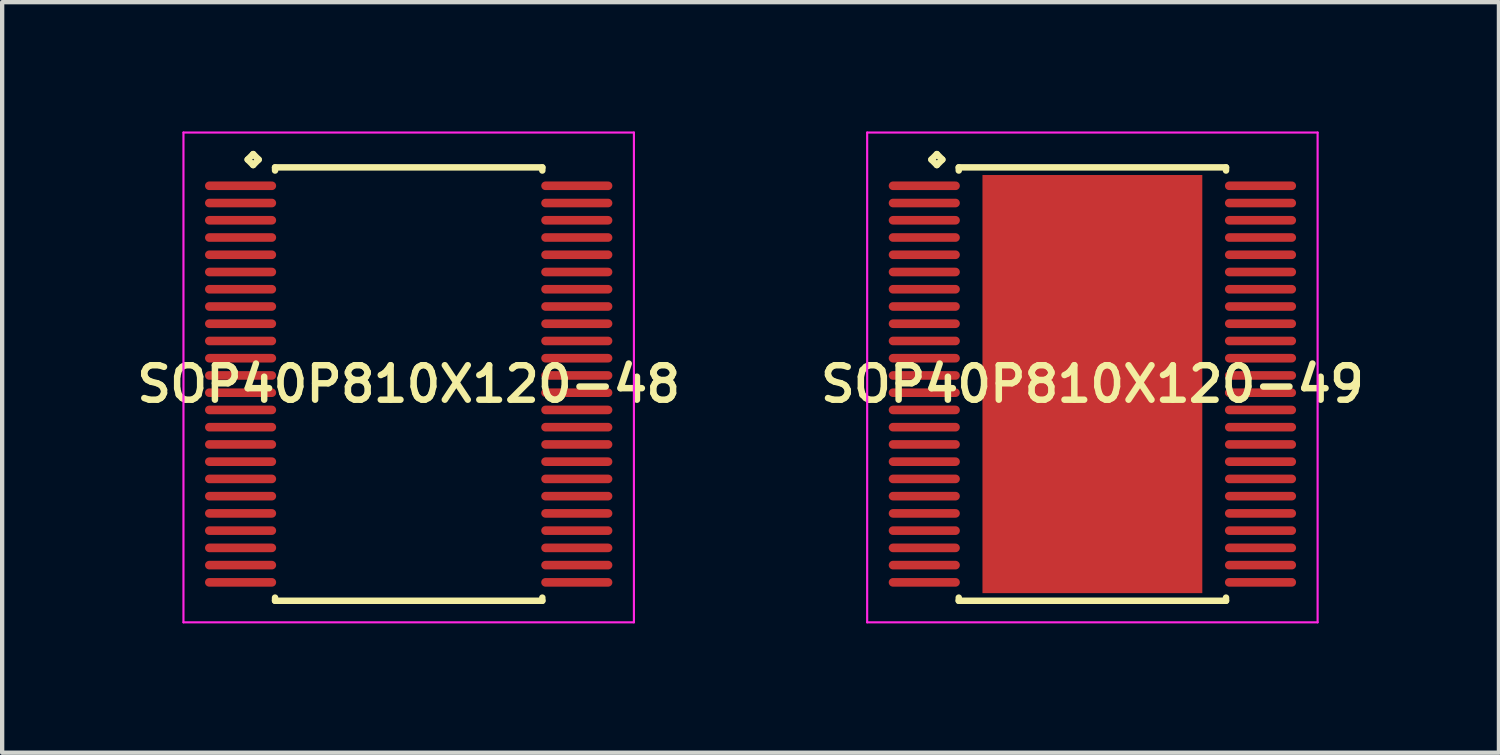
<source format=kicad_pcb>
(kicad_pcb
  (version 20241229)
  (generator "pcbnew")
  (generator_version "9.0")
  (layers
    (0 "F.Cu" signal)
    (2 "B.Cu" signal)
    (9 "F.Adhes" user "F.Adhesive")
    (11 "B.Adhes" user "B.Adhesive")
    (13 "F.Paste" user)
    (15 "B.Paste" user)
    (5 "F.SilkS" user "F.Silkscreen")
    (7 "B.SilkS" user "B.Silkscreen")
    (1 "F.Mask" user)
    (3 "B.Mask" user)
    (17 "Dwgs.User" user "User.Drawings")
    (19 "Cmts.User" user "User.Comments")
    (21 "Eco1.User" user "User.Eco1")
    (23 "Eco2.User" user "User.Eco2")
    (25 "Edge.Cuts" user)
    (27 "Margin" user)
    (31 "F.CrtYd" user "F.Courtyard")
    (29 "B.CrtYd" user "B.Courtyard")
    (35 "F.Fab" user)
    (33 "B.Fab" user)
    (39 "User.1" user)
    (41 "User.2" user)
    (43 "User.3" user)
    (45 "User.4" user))
  (footprint "SOP40P810X120-49"
    (layer "F.Cu")
    (at 22.292 5.86)
    (property "Reference" "SOP40P810X120-49" (at 0 0 0) (layer "F.SilkS") (effects (font (size 0.8 0.8) (thickness 0.15))))
    (attr smd)
    (fp_line (start -3.735 -5.208) (end -3.608 -5.335) (stroke (width 0.15) (type solid)) (layer "F.SilkS"))
    (fp_line (start -3.608 -5.335) (end -3.481 -5.208) (stroke (width 0.15) (type solid)) (layer "F.SilkS"))
    (fp_line (start -3.608 -5.081) (end -3.735 -5.208) (stroke (width 0.15) (type solid)) (layer "F.SilkS"))
    (fp_line (start -3.481 -5.208) (end -3.608 -5.081) (stroke (width 0.15) (type solid)) (layer "F.SilkS"))
    (fp_line (start -3.1 -5.027) (end 3.1 -5.027) (stroke (width 0.15) (type solid)) (layer "F.SilkS"))
    (fp_line (start -3.1 -4.954) (end -3.1 -5.027) (stroke (width 0.15) (type solid)) (layer "F.SilkS"))
    (fp_line (start -3.1 4.954) (end -3.1 5.027) (stroke (width 0.15) (type solid)) (layer "F.SilkS"))
    (fp_line (start -3.1 5.027) (end 3.1 5.027) (stroke (width 0.15) (type solid)) (layer "F.SilkS"))
    (fp_line (start 3.1 -5.027) (end 3.1 -4.954) (stroke (width 0.15) (type solid)) (layer "F.SilkS"))
    (fp_line (start 3.1 5.027) (end 3.1 4.954) (stroke (width 0.15) (type solid)) (layer "F.SilkS"))
    (fp_line (start -5.225 -5.835) (end 5.225 -5.835) (stroke (width 0.05) (type solid)) (layer "F.CrtYd"))
    (fp_line (start -5.225 5.527) (end -5.225 -5.835) (stroke (width 0.05) (type solid)) (layer "F.CrtYd"))
    (fp_line (start 5.225 -5.835) (end 5.225 5.527) (stroke (width 0.05) (type solid)) (layer "F.CrtYd"))
    (fp_line (start 5.225 5.527) (end -5.225 5.527) (stroke (width 0.05) (type solid)) (layer "F.CrtYd"))
    (pad "1" smd oval (at -3.9 -4.6) (size 1.65 0.2) (layers "F.Cu" "F.Mask" "F.Paste"))
    (pad "2" smd oval (at -3.9 -4.2) (size 1.65 0.2) (layers "F.Cu" "F.Mask" "F.Paste"))
    (pad "3" smd oval (at -3.9 -3.8) (size 1.65 0.2) (layers "F.Cu" "F.Mask" "F.Paste"))
    (pad "4" smd oval (at -3.9 -3.4) (size 1.65 0.2) (layers "F.Cu" "F.Mask" "F.Paste"))
    (pad "5" smd oval (at -3.9 -3) (size 1.65 0.2) (layers "F.Cu" "F.Mask" "F.Paste"))
    (pad "6" smd oval (at -3.9 -2.6) (size 1.65 0.2) (layers "F.Cu" "F.Mask" "F.Paste"))
    (pad "7" smd oval (at -3.9 -2.2) (size 1.65 0.2) (layers "F.Cu" "F.Mask" "F.Paste"))
    (pad "8" smd oval (at -3.9 -1.8) (size 1.65 0.2) (layers "F.Cu" "F.Mask" "F.Paste"))
    (pad "9" smd oval (at -3.9 -1.4) (size 1.65 0.2) (layers "F.Cu" "F.Mask" "F.Paste"))
    (pad "10" smd oval (at -3.9 -1) (size 1.65 0.2) (layers "F.Cu" "F.Mask" "F.Paste"))
    (pad "11" smd oval (at -3.9 -0.6) (size 1.65 0.2) (layers "F.Cu" "F.Mask" "F.Paste"))
    (pad "12" smd oval (at -3.9 -0.2) (size 1.65 0.2) (layers "F.Cu" "F.Mask" "F.Paste"))
    (pad "13" smd oval (at -3.9 0.2) (size 1.65 0.2) (layers "F.Cu" "F.Mask" "F.Paste"))
    (pad "14" smd oval (at -3.9 0.6) (size 1.65 0.2) (layers "F.Cu" "F.Mask" "F.Paste"))
    (pad "15" smd oval (at -3.9 1) (size 1.65 0.2) (layers "F.Cu" "F.Mask" "F.Paste"))
    (pad "16" smd oval (at -3.9 1.4) (size 1.65 0.2) (layers "F.Cu" "F.Mask" "F.Paste"))
    (pad "17" smd oval (at -3.9 1.8) (size 1.65 0.2) (layers "F.Cu" "F.Mask" "F.Paste"))
    (pad "18" smd oval (at -3.9 2.2) (size 1.65 0.2) (layers "F.Cu" "F.Mask" "F.Paste"))
    (pad "19" smd oval (at -3.9 2.6) (size 1.65 0.2) (layers "F.Cu" "F.Mask" "F.Paste"))
    (pad "20" smd oval (at -3.9 3) (size 1.65 0.2) (layers "F.Cu" "F.Mask" "F.Paste"))
    (pad "21" smd oval (at -3.9 3.4) (size 1.65 0.2) (layers "F.Cu" "F.Mask" "F.Paste"))
    (pad "22" smd oval (at -3.9 3.8) (size 1.65 0.2) (layers "F.Cu" "F.Mask" "F.Paste"))
    (pad "23" smd oval (at -3.9 4.2) (size 1.65 0.2) (layers "F.Cu" "F.Mask" "F.Paste"))
    (pad "24" smd oval (at -3.9 4.6) (size 1.65 0.2) (layers "F.Cu" "F.Mask" "F.Paste"))
    (pad "25" smd oval (at 3.9 4.6) (size 1.65 0.2) (layers "F.Cu" "F.Mask" "F.Paste"))
    (pad "26" smd oval (at 3.9 4.2) (size 1.65 0.2) (layers "F.Cu" "F.Mask" "F.Paste"))
    (pad "27" smd oval (at 3.9 3.8) (size 1.65 0.2) (layers "F.Cu" "F.Mask" "F.Paste"))
    (pad "28" smd oval (at 3.9 3.4) (size 1.65 0.2) (layers "F.Cu" "F.Mask" "F.Paste"))
    (pad "29" smd oval (at 3.9 3) (size 1.65 0.2) (layers "F.Cu" "F.Mask" "F.Paste"))
    (pad "30" smd oval (at 3.9 2.6) (size 1.65 0.2) (layers "F.Cu" "F.Mask" "F.Paste"))
    (pad "31" smd oval (at 3.9 2.2) (size 1.65 0.2) (layers "F.Cu" "F.Mask" "F.Paste"))
    (pad "32" smd oval (at 3.9 1.8) (size 1.65 0.2) (layers "F.Cu" "F.Mask" "F.Paste"))
    (pad "33" smd oval (at 3.9 1.4) (size 1.65 0.2) (layers "F.Cu" "F.Mask" "F.Paste"))
    (pad "34" smd oval (at 3.9 1) (size 1.65 0.2) (layers "F.Cu" "F.Mask" "F.Paste"))
    (pad "35" smd oval (at 3.9 0.6) (size 1.65 0.2) (layers "F.Cu" "F.Mask" "F.Paste"))
    (pad "36" smd oval (at 3.9 0.2) (size 1.65 0.2) (layers "F.Cu" "F.Mask" "F.Paste"))
    (pad "37" smd oval (at 3.9 -0.2) (size 1.65 0.2) (layers "F.Cu" "F.Mask" "F.Paste"))
    (pad "38" smd oval (at 3.9 -0.6) (size 1.65 0.2) (layers "F.Cu" "F.Mask" "F.Paste"))
    (pad "39" smd oval (at 3.9 -1) (size 1.65 0.2) (layers "F.Cu" "F.Mask" "F.Paste"))
    (pad "40" smd oval (at 3.9 -1.4) (size 1.65 0.2) (layers "F.Cu" "F.Mask" "F.Paste"))
    (pad "41" smd oval (at 3.9 -1.8) (size 1.65 0.2) (layers "F.Cu" "F.Mask" "F.Paste"))
    (pad "42" smd oval (at 3.9 -2.2) (size 1.65 0.2) (layers "F.Cu" "F.Mask" "F.Paste"))
    (pad "43" smd oval (at 3.9 -2.6) (size 1.65 0.2) (layers "F.Cu" "F.Mask" "F.Paste"))
    (pad "44" smd oval (at 3.9 -3) (size 1.65 0.2) (layers "F.Cu" "F.Mask" "F.Paste"))
    (pad "45" smd oval (at 3.9 -3.4) (size 1.65 0.2) (layers "F.Cu" "F.Mask" "F.Paste"))
    (pad "46" smd oval (at 3.9 -3.8) (size 1.65 0.2) (layers "F.Cu" "F.Mask" "F.Paste"))
    (pad "47" smd oval (at 3.9 -4.2) (size 1.65 0.2) (layers "F.Cu" "F.Mask" "F.Paste"))
    (pad "48" smd oval (at 3.9 -4.6) (size 1.65 0.2) (layers "F.Cu" "F.Mask" "F.Paste"))
    (pad "49" smd rect (at 0 0) (size 5.1 9.7) (layers "F.Cu" "F.Mask" "F.Paste")))
  (footprint "SOP40P810X120-48"
    (layer "F.Cu")
    (at 6.431 5.86)
    (property "Reference" "SOP40P810X120-48" (at 0 0 0) (layer "F.SilkS") (effects (font (size 0.8 0.8) (thickness 0.15))))
    (attr smd)
    (fp_line (start -3.735 -5.208) (end -3.608 -5.335) (stroke (width 0.15) (type solid)) (layer "F.SilkS"))
    (fp_line (start -3.608 -5.335) (end -3.481 -5.208) (stroke (width 0.15) (type solid)) (layer "F.SilkS"))
    (fp_line (start -3.608 -5.081) (end -3.735 -5.208) (stroke (width 0.15) (type solid)) (layer "F.SilkS"))
    (fp_line (start -3.481 -5.208) (end -3.608 -5.081) (stroke (width 0.15) (type solid)) (layer "F.SilkS"))
    (fp_line (start -3.1 -5.027) (end 3.1 -5.027) (stroke (width 0.15) (type solid)) (layer "F.SilkS"))
    (fp_line (start -3.1 -4.954) (end -3.1 -5.027) (stroke (width 0.15) (type solid)) (layer "F.SilkS"))
    (fp_line (start -3.1 4.954) (end -3.1 5.027) (stroke (width 0.15) (type solid)) (layer "F.SilkS"))
    (fp_line (start -3.1 5.027) (end 3.1 5.027) (stroke (width 0.15) (type solid)) (layer "F.SilkS"))
    (fp_line (start 3.1 -5.027) (end 3.1 -4.954) (stroke (width 0.15) (type solid)) (layer "F.SilkS"))
    (fp_line (start 3.1 5.027) (end 3.1 4.954) (stroke (width 0.15) (type solid)) (layer "F.SilkS"))
    (fp_line (start -5.225 -5.835) (end 5.225 -5.835) (stroke (width 0.05) (type solid)) (layer "F.CrtYd"))
    (fp_line (start -5.225 5.527) (end -5.225 -5.835) (stroke (width 0.05) (type solid)) (layer "F.CrtYd"))
    (fp_line (start 5.225 -5.835) (end 5.225 5.527) (stroke (width 0.05) (type solid)) (layer "F.CrtYd"))
    (fp_line (start 5.225 5.527) (end -5.225 5.527) (stroke (width 0.05) (type solid)) (layer "F.CrtYd"))
    (pad "1" smd oval (at -3.9 -4.6) (size 1.65 0.2) (layers "F.Cu" "F.Mask" "F.Paste"))
    (pad "2" smd oval (at -3.9 -4.2) (size 1.65 0.2) (layers "F.Cu" "F.Mask" "F.Paste"))
    (pad "3" smd oval (at -3.9 -3.8) (size 1.65 0.2) (layers "F.Cu" "F.Mask" "F.Paste"))
    (pad "4" smd oval (at -3.9 -3.4) (size 1.65 0.2) (layers "F.Cu" "F.Mask" "F.Paste"))
    (pad "5" smd oval (at -3.9 -3) (size 1.65 0.2) (layers "F.Cu" "F.Mask" "F.Paste"))
    (pad "6" smd oval (at -3.9 -2.6) (size 1.65 0.2) (layers "F.Cu" "F.Mask" "F.Paste"))
    (pad "7" smd oval (at -3.9 -2.2) (size 1.65 0.2) (layers "F.Cu" "F.Mask" "F.Paste"))
    (pad "8" smd oval (at -3.9 -1.8) (size 1.65 0.2) (layers "F.Cu" "F.Mask" "F.Paste"))
    (pad "9" smd oval (at -3.9 -1.4) (size 1.65 0.2) (layers "F.Cu" "F.Mask" "F.Paste"))
    (pad "10" smd oval (at -3.9 -1) (size 1.65 0.2) (layers "F.Cu" "F.Mask" "F.Paste"))
    (pad "11" smd oval (at -3.9 -0.6) (size 1.65 0.2) (layers "F.Cu" "F.Mask" "F.Paste"))
    (pad "12" smd oval (at -3.9 -0.2) (size 1.65 0.2) (layers "F.Cu" "F.Mask" "F.Paste"))
    (pad "13" smd oval (at -3.9 0.2) (size 1.65 0.2) (layers "F.Cu" "F.Mask" "F.Paste"))
    (pad "14" smd oval (at -3.9 0.6) (size 1.65 0.2) (layers "F.Cu" "F.Mask" "F.Paste"))
    (pad "15" smd oval (at -3.9 1) (size 1.65 0.2) (layers "F.Cu" "F.Mask" "F.Paste"))
    (pad "16" smd oval (at -3.9 1.4) (size 1.65 0.2) (layers "F.Cu" "F.Mask" "F.Paste"))
    (pad "17" smd oval (at -3.9 1.8) (size 1.65 0.2) (layers "F.Cu" "F.Mask" "F.Paste"))
    (pad "18" smd oval (at -3.9 2.2) (size 1.65 0.2) (layers "F.Cu" "F.Mask" "F.Paste"))
    (pad "19" smd oval (at -3.9 2.6) (size 1.65 0.2) (layers "F.Cu" "F.Mask" "F.Paste"))
    (pad "20" smd oval (at -3.9 3) (size 1.65 0.2) (layers "F.Cu" "F.Mask" "F.Paste"))
    (pad "21" smd oval (at -3.9 3.4) (size 1.65 0.2) (layers "F.Cu" "F.Mask" "F.Paste"))
    (pad "22" smd oval (at -3.9 3.8) (size 1.65 0.2) (layers "F.Cu" "F.Mask" "F.Paste"))
    (pad "23" smd oval (at -3.9 4.2) (size 1.65 0.2) (layers "F.Cu" "F.Mask" "F.Paste"))
    (pad "24" smd oval (at -3.9 4.6) (size 1.65 0.2) (layers "F.Cu" "F.Mask" "F.Paste"))
    (pad "25" smd oval (at 3.9 4.6) (size 1.65 0.2) (layers "F.Cu" "F.Mask" "F.Paste"))
    (pad "26" smd oval (at 3.9 4.2) (size 1.65 0.2) (layers "F.Cu" "F.Mask" "F.Paste"))
    (pad "27" smd oval (at 3.9 3.8) (size 1.65 0.2) (layers "F.Cu" "F.Mask" "F.Paste"))
    (pad "28" smd oval (at 3.9 3.4) (size 1.65 0.2) (layers "F.Cu" "F.Mask" "F.Paste"))
    (pad "29" smd oval (at 3.9 3) (size 1.65 0.2) (layers "F.Cu" "F.Mask" "F.Paste"))
    (pad "30" smd oval (at 3.9 2.6) (size 1.65 0.2) (layers "F.Cu" "F.Mask" "F.Paste"))
    (pad "31" smd oval (at 3.9 2.2) (size 1.65 0.2) (layers "F.Cu" "F.Mask" "F.Paste"))
    (pad "32" smd oval (at 3.9 1.8) (size 1.65 0.2) (layers "F.Cu" "F.Mask" "F.Paste"))
    (pad "33" smd oval (at 3.9 1.4) (size 1.65 0.2) (layers "F.Cu" "F.Mask" "F.Paste"))
    (pad "34" smd oval (at 3.9 1) (size 1.65 0.2) (layers "F.Cu" "F.Mask" "F.Paste"))
    (pad "35" smd oval (at 3.9 0.6) (size 1.65 0.2) (layers "F.Cu" "F.Mask" "F.Paste"))
    (pad "36" smd oval (at 3.9 0.2) (size 1.65 0.2) (layers "F.Cu" "F.Mask" "F.Paste"))
    (pad "37" smd oval (at 3.9 -0.2) (size 1.65 0.2) (layers "F.Cu" "F.Mask" "F.Paste"))
    (pad "38" smd oval (at 3.9 -0.6) (size 1.65 0.2) (layers "F.Cu" "F.Mask" "F.Paste"))
    (pad "39" smd oval (at 3.9 -1) (size 1.65 0.2) (layers "F.Cu" "F.Mask" "F.Paste"))
    (pad "40" smd oval (at 3.9 -1.4) (size 1.65 0.2) (layers "F.Cu" "F.Mask" "F.Paste"))
    (pad "41" smd oval (at 3.9 -1.8) (size 1.65 0.2) (layers "F.Cu" "F.Mask" "F.Paste"))
    (pad "42" smd oval (at 3.9 -2.2) (size 1.65 0.2) (layers "F.Cu" "F.Mask" "F.Paste"))
    (pad "43" smd oval (at 3.9 -2.6) (size 1.65 0.2) (layers "F.Cu" "F.Mask" "F.Paste"))
    (pad "44" smd oval (at 3.9 -3) (size 1.65 0.2) (layers "F.Cu" "F.Mask" "F.Paste"))
    (pad "45" smd oval (at 3.9 -3.4) (size 1.65 0.2) (layers "F.Cu" "F.Mask" "F.Paste"))
    (pad "46" smd oval (at 3.9 -3.8) (size 1.65 0.2) (layers "F.Cu" "F.Mask" "F.Paste"))
    (pad "47" smd oval (at 3.9 -4.2) (size 1.65 0.2) (layers "F.Cu" "F.Mask" "F.Paste"))
    (pad "48" smd oval (at 3.9 -4.6) (size 1.65 0.2) (layers "F.Cu" "F.Mask" "F.Paste")))
  (gr_rect
    (start -3 -3)
    (end 31.723 14.412)
    (stroke (width 0.1) (type default))
    (fill no)
    (layer "Edge.Cuts")))
</source>
